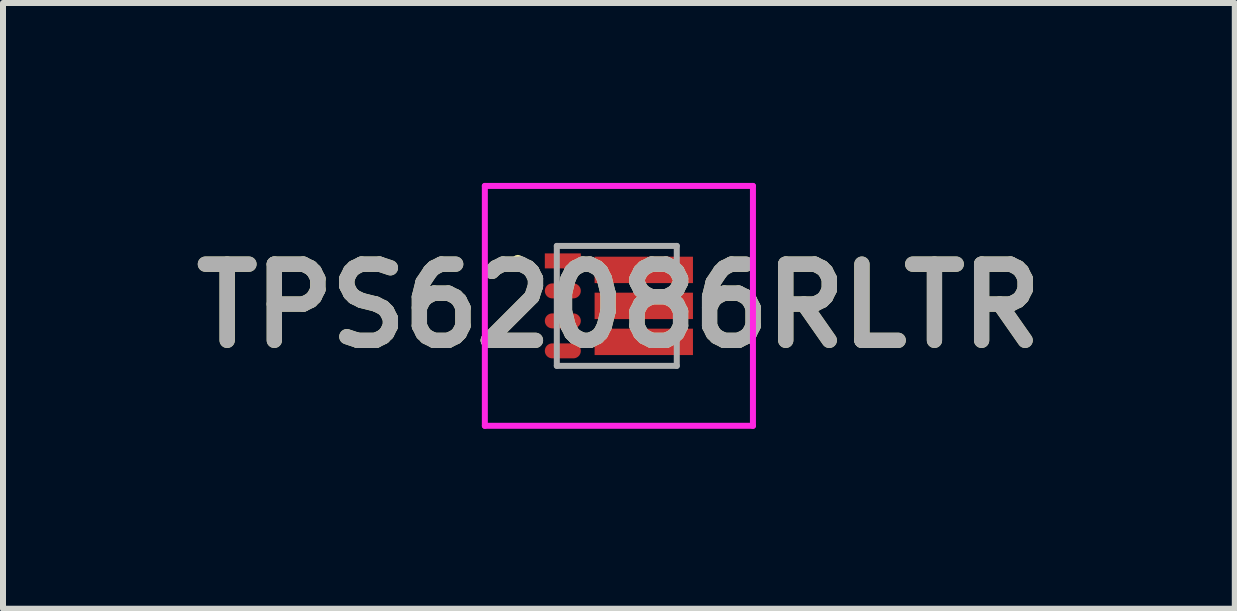
<source format=kicad_pcb>
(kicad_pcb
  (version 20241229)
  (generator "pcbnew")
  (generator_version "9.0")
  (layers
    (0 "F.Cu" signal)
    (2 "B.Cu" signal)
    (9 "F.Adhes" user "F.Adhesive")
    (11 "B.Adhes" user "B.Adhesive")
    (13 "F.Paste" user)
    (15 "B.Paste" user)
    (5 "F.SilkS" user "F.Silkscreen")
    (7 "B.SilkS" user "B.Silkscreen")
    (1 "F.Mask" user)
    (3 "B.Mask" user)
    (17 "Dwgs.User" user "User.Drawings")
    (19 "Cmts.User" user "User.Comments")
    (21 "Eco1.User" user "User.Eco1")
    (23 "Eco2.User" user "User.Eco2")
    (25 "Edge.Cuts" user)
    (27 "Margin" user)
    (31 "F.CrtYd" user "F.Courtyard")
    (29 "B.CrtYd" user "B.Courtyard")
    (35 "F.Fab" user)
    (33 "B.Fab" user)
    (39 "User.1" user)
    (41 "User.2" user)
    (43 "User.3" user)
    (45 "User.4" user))
  (footprint "TPS62086RLTR"
    (layer "F.Cu")
    (at 7.234 2.05)
    (property "Reference" "TPS62086RLTR" (at 0.035 0 0) (layer "F.SilkS") (effects (font (size 1.27 1.27) (thickness 0.254))))
    (attr smd)
    (fp_line (start -1.7 -0.75) (end -1.7 -0.75) (stroke (width 0.1) (type solid)) (layer "F.SilkS"))
    (fp_line (start -1.6 -0.75) (end -1.6 -0.75) (stroke (width 0.1) (type solid)) (layer "F.SilkS"))
    (fp_arc (start -1.7 -0.75) (mid -1.65 -0.8) (end -1.6 -0.75) (stroke (width 0.1) (type solid)) (layer "F.SilkS"))
    (fp_arc (start -1.6 -0.75) (mid -1.65 -0.7) (end -1.7 -0.75) (stroke (width 0.1) (type solid)) (layer "F.SilkS"))
    (fp_line (start -2.2 -2) (end 2.27 -2) (stroke (width 0.1) (type solid)) (layer "F.CrtYd"))
    (fp_line (start -2.2 2) (end -2.2 -2) (stroke (width 0.1) (type solid)) (layer "F.CrtYd"))
    (fp_line (start 2.27 -2) (end 2.27 2) (stroke (width 0.1) (type solid)) (layer "F.CrtYd"))
    (fp_line (start 2.27 2) (end -2.2 2) (stroke (width 0.1) (type solid)) (layer "F.CrtYd"))
    (fp_line (start -1 -1) (end 1 -1) (stroke (width 0.1) (type solid)) (layer "F.Fab"))
    (fp_line (start -1 1) (end -1 -1) (stroke (width 0.1) (type solid)) (layer "F.Fab"))
    (fp_line (start 1 -1) (end 1 1) (stroke (width 0.1) (type solid)) (layer "F.Fab"))
    (fp_line (start 1 1) (end -1 1) (stroke (width 0.1) (type solid)) (layer "F.Fab"))
    (fp_text user "${REFERENCE}" (at 0.035 0 0) (layer "F.Fab") (effects (font (size 1.27 1.27) (thickness 0.254))))
    (pad "1" smd rect (at -0.9 -0.75 90) (size 0.25 0.6) (layers "F.Cu" "F.Mask" "F.Paste"))
    (pad "2" smd oval (at -0.9 -0.25 90) (size 0.25 0.6) (layers "F.Cu" "F.Mask" "F.Paste"))
    (pad "3" smd oval (at -0.9 0.25 90) (size 0.25 0.6) (layers "F.Cu" "F.Mask" "F.Paste"))
    (pad "4" smd oval (at -0.9 0.75 90) (size 0.25 0.6) (layers "F.Cu" "F.Mask" "F.Paste"))
    (pad "5" smd rect (at 0.45 0.6 90) (size 0.44 1.64) (layers "F.Cu" "F.Mask" "F.Paste"))
    (pad "6" smd rect (at 0.45 0 90) (size 0.44 1.64) (layers "F.Cu" "F.Mask" "F.Paste"))
    (pad "7" smd rect (at 0.45 -0.6 90) (size 0.44 1.64) (layers "F.Cu" "F.Mask" "F.Paste")))
  (gr_rect
    (start -3 -3)
    (end 17.538 7.1)
    (stroke (width 0.1) (type default))
    (fill no)
    (layer "Edge.Cuts")))
</source>
